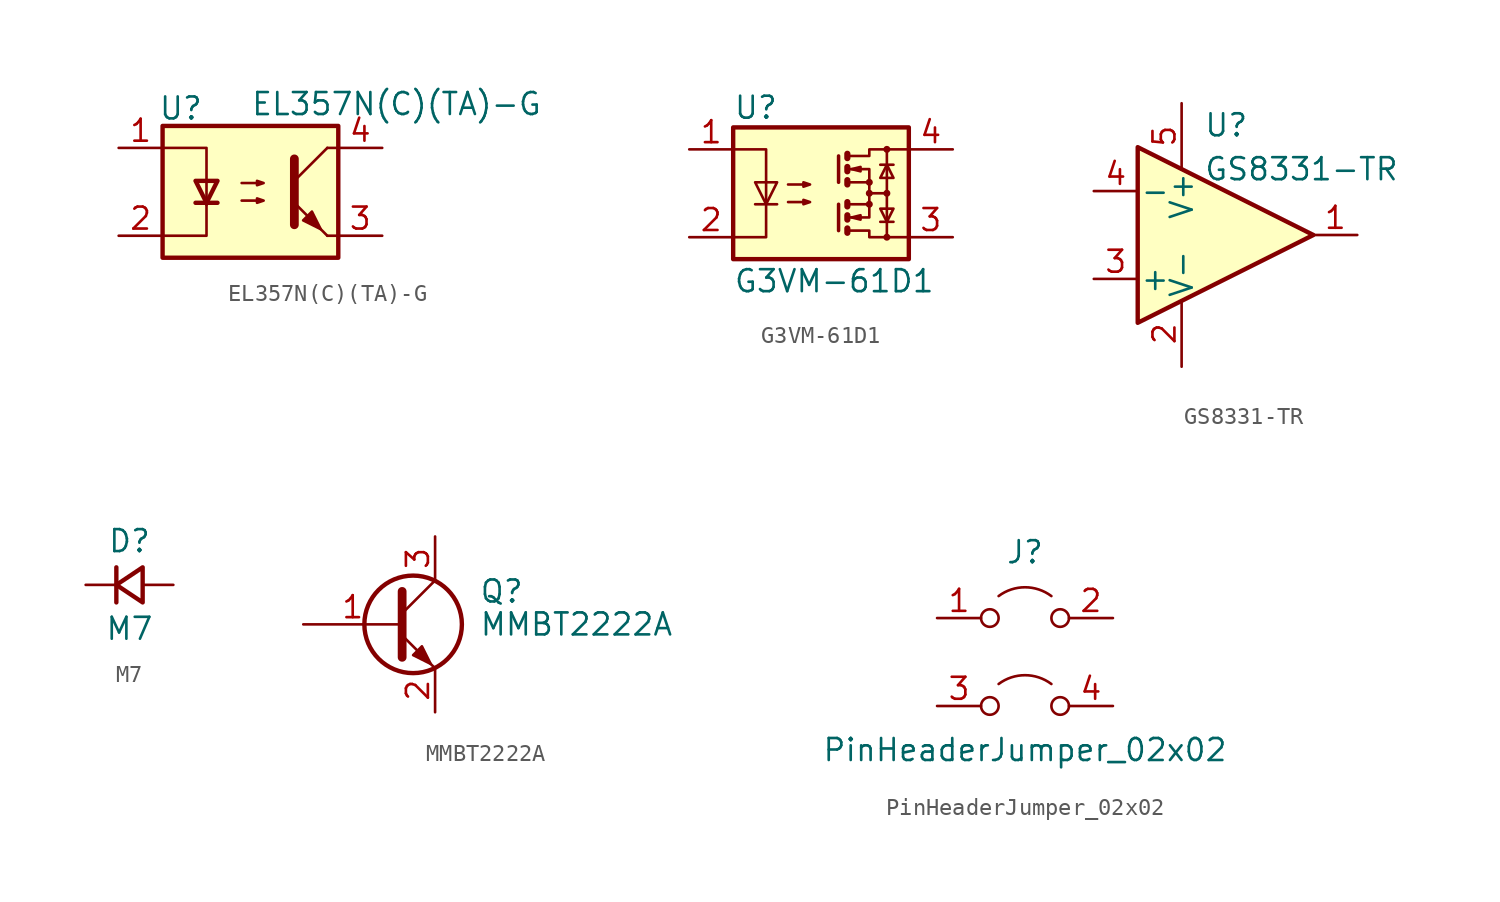
<source format=kicad_sym>
(kicad_symbol_lib
  (version 20220914)
  (generator kicad_symbol_editor)
  (symbol "EL357N(C)(TA)-G"
    (pin_names
      (offset 1.016))
    (property "Reference" "U"
      (at -5.334 4.826 0)
      (effects (font (size 1.27 1.27)) (justify left)))
    (property "Value" "EL357N(C)(TA)-G"
      (at 0 5.08 0)
      (effects (font (size 1.27 1.27)) (justify left)))
    (symbol "EL357N(C)(TA)-G_0_1"
      (rectangle (start -5.08 3.81) (end 5.08 -3.81) (stroke (width 0.254) (type default)) (fill (type background)))
      (polyline (pts (xy -3.175 -0.635) (xy -1.905 -0.635)) (stroke (width 0.254) (type default)) (fill (type none)))
      (polyline (pts (xy 2.54 0.635) (xy 4.445 2.54)) (stroke (width 0) (type default)) (fill (type none)))
      (polyline (pts (xy 4.445 -2.54) (xy 2.54 -0.635)) (stroke (width 0) (type default)) (fill (type outline)))
      (polyline (pts (xy 4.445 -2.54) (xy 5.08 -2.54)) (stroke (width 0) (type default)) (fill (type none)))
      (polyline (pts (xy 4.445 2.54) (xy 5.08 2.54)) (stroke (width 0) (type default)) (fill (type none)))
      (polyline (pts (xy -5.08 2.54) (xy -2.54 2.54) (xy -2.54 -0.762)) (stroke (width 0) (type default)) (fill (type none)))
      (polyline (pts (xy -2.54 -0.635) (xy -2.54 -2.54) (xy -5.08 -2.54)) (stroke (width 0) (type default)) (fill (type none)))
      (polyline (pts (xy 2.54 1.905) (xy 2.54 -1.905) (xy 2.54 -1.905)) (stroke (width 0.508) (type default)) (fill (type none)))
      (polyline (pts (xy -2.54 -0.635) (xy -3.175 0.635) (xy -1.905 0.635) (xy -2.54 -0.635)) (stroke (width 0.254) (type default)) (fill (type none)))
      (polyline (pts (xy -0.508 -0.508) (xy 0.762 -0.508) (xy 0.381 -0.635) (xy 0.381 -0.381) (xy 0.762 -0.508)) (stroke (width 0) (type default)) (fill (type none)))
      (polyline (pts (xy -0.508 0.508) (xy 0.762 0.508) (xy 0.381 0.381) (xy 0.381 0.635) (xy 0.762 0.508)) (stroke (width 0) (type default)) (fill (type none)))
      (polyline (pts (xy 3.048 -1.651) (xy 3.556 -1.143) (xy 4.064 -2.159) (xy 3.048 -1.651) (xy 3.048 -1.651)) (stroke (width 0) (type default)) (fill (type outline))))
    (symbol "EL357N(C)(TA)-G_1_1"
      (pin passive line (at -7.62 2.54 0) (length 2.54) (name "~" (effects (font (size 1.27 1.27)))) (number "1" (effects (font (size 1.27 1.27)))))
      (pin passive line (at -7.62 -2.54 0) (length 2.54) (name "~" (effects (font (size 1.27 1.27)))) (number "2" (effects (font (size 1.27 1.27)))))
      (pin passive line (at 7.62 -2.54 180) (length 2.54) (name "~" (effects (font (size 1.27 1.27)))) (number "3" (effects (font (size 1.27 1.27)))))
      (pin passive line (at 7.62 2.54 180) (length 2.54) (name "~" (effects (font (size 1.27 1.27)))) (number "4" (effects (font (size 1.27 1.27)))))))
  (symbol "G3VM-61D1"
    (property "Reference" "U"
      (at -5.08 4.953 0)
      (effects (font (size 1.27 1.27)) (justify left)))
    (property "Value" "G3VM-61D1"
      (at -5.08 -5.08 0)
      (effects (font (size 1.27 1.27)) (justify left)))
    (symbol "G3VM-61D1_0_1"
      (rectangle (start -5.08 3.81) (end 5.08 -3.81) (stroke (width 0.254) (type default)) (fill (type background)))
      (polyline (pts (xy -3.81 -0.635) (xy -2.54 -0.635)) (stroke (width 0) (type default)) (fill (type none)))
      (polyline (pts (xy 1.016 -0.635) (xy 1.016 -2.159)) (stroke (width 0.203) (type default)) (fill (type none)))
      (polyline (pts (xy 1.016 2.159) (xy 1.016 0.635)) (stroke (width 0.203) (type default)) (fill (type none)))
      (polyline (pts (xy 1.524 -0.508) (xy 1.524 -0.762)) (stroke (width 0.356) (type default)) (fill (type none)))
      (polyline (pts (xy 2.794 0) (xy 3.81 0)) (stroke (width 0) (type default)) (fill (type none)))
      (polyline (pts (xy 3.429 -1.651) (xy 4.191 -1.651)) (stroke (width 0) (type default)) (fill (type none)))
      (polyline (pts (xy 3.429 1.651) (xy 4.191 1.651)) (stroke (width 0) (type default)) (fill (type none)))
      (polyline (pts (xy 3.81 -2.54) (xy 3.81 2.54)) (stroke (width 0) (type default)) (fill (type none)))
      (polyline (pts (xy 1.524 -2.032) (xy 1.524 -2.286) (xy 1.524 -2.286)) (stroke (width 0.356) (type default)) (fill (type none)))
      (polyline (pts (xy 1.524 -1.27) (xy 1.524 -1.524) (xy 1.524 -1.524)) (stroke (width 0.356) (type default)) (fill (type none)))
      (polyline (pts (xy 1.524 0.762) (xy 1.524 0.508) (xy 1.524 0.508)) (stroke (width 0.356) (type default)) (fill (type none)))
      (polyline (pts (xy 1.524 1.524) (xy 1.524 1.27) (xy 1.524 1.27)) (stroke (width 0.356) (type default)) (fill (type none)))
      (polyline (pts (xy 1.524 2.286) (xy 1.524 2.032) (xy 1.524 2.032)) (stroke (width 0.356) (type default)) (fill (type none)))
      (polyline (pts (xy 1.651 -1.397) (xy 2.794 -1.397) (xy 2.794 -0.635)) (stroke (width 0) (type default)) (fill (type none)))
      (polyline (pts (xy 1.651 1.397) (xy 2.794 1.397) (xy 2.794 0.635)) (stroke (width 0) (type default)) (fill (type none)))
      (polyline (pts (xy -5.08 2.54) (xy -3.175 2.54) (xy -3.175 -2.54) (xy -5.08 -2.54)) (stroke (width 0) (type default)) (fill (type none)))
      (polyline (pts (xy -3.175 -0.635) (xy -3.81 0.635) (xy -2.54 0.635) (xy -3.175 -0.635)) (stroke (width 0) (type default)) (fill (type none)))
      (polyline (pts (xy 1.651 -2.159) (xy 2.794 -2.159) (xy 2.794 -2.54) (xy 5.08 -2.54)) (stroke (width 0) (type default)) (fill (type none)))
      (polyline (pts (xy 1.651 -0.635) (xy 2.794 -0.635) (xy 2.794 0.635) (xy 1.651 0.635)) (stroke (width 0) (type default)) (fill (type none)))
      (polyline (pts (xy 1.651 2.159) (xy 2.794 2.159) (xy 2.794 2.54) (xy 5.08 2.54)) (stroke (width 0) (type default)) (fill (type none)))
      (polyline (pts (xy 1.778 -1.397) (xy 2.286 -1.27) (xy 2.286 -1.524) (xy 1.778 -1.397)) (stroke (width 0) (type default)) (fill (type none)))
      (polyline (pts (xy 1.778 1.397) (xy 2.286 1.524) (xy 2.286 1.27) (xy 1.778 1.397)) (stroke (width 0) (type default)) (fill (type none)))
      (polyline (pts (xy 3.81 -1.651) (xy 3.429 -0.889) (xy 4.191 -0.889) (xy 3.81 -1.651)) (stroke (width 0) (type default)) (fill (type none)))
      (polyline (pts (xy 3.81 1.651) (xy 3.429 0.889) (xy 4.191 0.889) (xy 3.81 1.651)) (stroke (width 0) (type default)) (fill (type none)))
      (polyline (pts (xy -1.905 -0.508) (xy -0.635 -0.508) (xy -1.016 -0.635) (xy -1.016 -0.381) (xy -0.635 -0.508)) (stroke (width 0) (type default)) (fill (type none)))
      (polyline (pts (xy -1.905 0.508) (xy -0.635 0.508) (xy -1.016 0.381) (xy -1.016 0.635) (xy -0.635 0.508)) (stroke (width 0) (type default)) (fill (type none)))
      (circle (center 2.794 -0.635) (radius 0.127) (stroke (width 0) (type default)) (fill (type none)))
      (circle (center 2.794 0) (radius 0.127) (stroke (width 0) (type default)) (fill (type none)))
      (circle (center 2.794 0.635) (radius 0.127) (stroke (width 0) (type default)) (fill (type none)))
      (circle (center 3.81 -2.54) (radius 0.127) (stroke (width 0) (type default)) (fill (type none)))
      (circle (center 3.81 0) (radius 0.127) (stroke (width 0) (type default)) (fill (type none)))
      (circle (center 3.81 2.54) (radius 0.127) (stroke (width 0) (type default)) (fill (type none))))
    (symbol "G3VM-61D1_1_1"
      (pin passive line (at -7.62 2.54 0) (length 2.54) (name "~" (effects (font (size 1.27 1.27)))) (number "1" (effects (font (size 1.27 1.27)))))
      (pin passive line (at -7.62 -2.54 0) (length 2.54) (name "~" (effects (font (size 1.27 1.27)))) (number "2" (effects (font (size 1.27 1.27)))))
      (pin passive line (at 7.62 -2.54 180) (length 2.54) (name "~" (effects (font (size 1.27 1.27)))) (number "3" (effects (font (size 1.27 1.27)))))
      (pin passive line (at 7.62 2.54 180) (length 2.54) (name "~" (effects (font (size 1.27 1.27)))) (number "4" (effects (font (size 1.27 1.27)))))))
  (symbol "GS8331-TR"
    (pin_names
      (offset 0.127))
    (property "Reference" "U"
      (at -1.27 6.35 0)
      (effects (font (size 1.27 1.27)) (justify left)))
    (property "Value" "GS8331-TR"
      (at -1.27 3.81 0)
      (effects (font (size 1.27 1.27)) (justify left)))
    (symbol "GS8331-TR_0_1"
      (polyline (pts (xy -5.08 5.08) (xy 5.08 0) (xy -5.08 -5.08) (xy -5.08 5.08)) (stroke (width 0.254) (type default)) (fill (type background)))
      (pin power_in line (at -2.54 -7.62 90) (length 3.81) (name "V-" (effects (font (size 1.27 1.27)))) (number "2" (effects (font (size 1.27 1.27)))))
      (pin power_in line (at -2.54 7.62 270) (length 3.81) (name "V+" (effects (font (size 1.27 1.27)))) (number "5" (effects (font (size 1.27 1.27))))))
    (symbol "GS8331-TR_1_1"
      (pin output line (at 7.62 0 180) (length 2.54) (name "~" (effects (font (size 1.27 1.27)))) (number "1" (effects (font (size 1.27 1.27)))))
      (pin input line (at -7.62 -2.54 0) (length 2.54) (name "+" (effects (font (size 1.27 1.27)))) (number "3" (effects (font (size 1.27 1.27)))))
      (pin input line (at -7.62 2.54 0) (length 2.54) (name "-" (effects (font (size 1.27 1.27)))) (number "4" (effects (font (size 1.27 1.27)))))))
  (symbol "M7"
    (pin_numbers hide)
    (pin_names
      (offset 1.016) hide)
    (property "Reference" "D"
      (at 0 2.54 0)
      (effects (font (size 1.27 1.27))))
    (property "Value" "M7"
      (at 0 -2.54 0)
      (effects (font (size 1.27 1.27))))
    (symbol "M7_0_1"
      (polyline (pts (xy -0.762 -1.016) (xy -0.762 1.016)) (stroke (width 0.254) (type default)) (fill (type none)))
      (polyline (pts (xy 0.762 -1.016) (xy -0.762 0) (xy 0.762 1.016) (xy 0.762 -1.016)) (stroke (width 0.254) (type default)) (fill (type none))))
    (symbol "M7_1_1"
      (pin passive line (at -2.54 0 0) (length 1.778) (name "K" (effects (font (size 1.27 1.27)))) (number "1" (effects (font (size 1.27 1.27)))))
      (pin passive line (at 2.54 0 180) (length 1.778) (name "A" (effects (font (size 1.27 1.27)))) (number "2" (effects (font (size 1.27 1.27)))))))
  (symbol "MMBT2222A"
    (pin_names
      (offset 0) hide)
    (property "Reference" "Q"
      (at 5.08 1.905 0)
      (effects (font (size 1.27 1.27)) (justify left)))
    (property "Value" "MMBT2222A"
      (at 5.08 0 0)
      (effects (font (size 1.27 1.27)) (justify left)))
    (symbol "MMBT2222A_0_1"
      (polyline (pts (xy 0.635 0.635) (xy 2.54 2.54)) (stroke (width 0) (type default)) (fill (type none)))
      (polyline (pts (xy 0.635 -0.635) (xy 2.54 -2.54) (xy 2.54 -2.54)) (stroke (width 0) (type default)) (fill (type none)))
      (polyline (pts (xy 0.635 1.905) (xy 0.635 -1.905) (xy 0.635 -1.905)) (stroke (width 0.508) (type default)) (fill (type none)))
      (polyline (pts (xy 1.27 -1.778) (xy 1.778 -1.27) (xy 2.286 -2.286) (xy 1.27 -1.778) (xy 1.27 -1.778)) (stroke (width 0) (type default)) (fill (type outline)))
      (circle (center 1.27 0) (radius 2.819) (stroke (width 0.254) (type default)) (fill (type none))))
    (symbol "MMBT2222A_1_1"
      (pin input line (at -5.08 0 0) (length 5.715) (name "B" (effects (font (size 1.27 1.27)))) (number "1" (effects (font (size 1.27 1.27)))))
      (pin passive line (at 2.54 -5.08 90) (length 2.54) (name "E" (effects (font (size 1.27 1.27)))) (number "2" (effects (font (size 1.27 1.27)))))
      (pin passive line (at 2.54 5.08 270) (length 2.54) (name "C" (effects (font (size 1.27 1.27)))) (number "3" (effects (font (size 1.27 1.27)))))))
  (symbol "PinHeaderJumper_02x02"
    (pin_names
      (offset 1.016) hide)
    (property "Reference" "J"
      (at 0 6.35 0)
      (effects (font (size 1.27 1.27))))
    (property "Value" "PinHeaderJumper_02x02"
      (at 0 -5.08 0)
      (effects (font (size 1.27 1.27))))
    (symbol "PinHeaderJumper_02x02_0_0"
      (circle (center -2.032 -2.54) (radius 0.508) (stroke (width 0) (type default)) (fill (type none)))
      (circle (center -2.032 2.54) (radius 0.508) (stroke (width 0) (type default)) (fill (type none)))
      (circle (center 2.032 -2.54) (radius 0.508) (stroke (width 0) (type default)) (fill (type none)))
      (circle (center 2.032 2.54) (radius 0.508) (stroke (width 0) (type default)) (fill (type none))))
    (symbol "PinHeaderJumper_02x02_0_1"
      (arc (start 1.524 -1.27) (mid 0 -0.762) (end -1.524 -1.27) (stroke (width 0) (type default)) (fill (type none)))
      (arc (start 1.524 3.81) (mid 0 4.318) (end -1.524 3.81) (stroke (width 0) (type default)) (fill (type none))))
    (symbol "PinHeaderJumper_02x02_1_1"
      (pin passive line (at -5.08 2.54 0) (length 2.54) (name "A" (effects (font (size 1.27 1.27)))) (number "1" (effects (font (size 1.27 1.27)))))
      (pin passive line (at 5.08 2.54 180) (length 2.54) (name "B" (effects (font (size 1.27 1.27)))) (number "2" (effects (font (size 1.27 1.27)))))
      (pin passive line (at -5.08 -2.54 0) (length 2.54) (name "A" (effects (font (size 1.27 1.27)))) (number "3" (effects (font (size 1.27 1.27)))))
      (pin passive line (at 5.08 -2.54 180) (length 2.54) (name "B" (effects (font (size 1.27 1.27)))) (number "4" (effects (font (size 1.27 1.27))))))))
</source>
